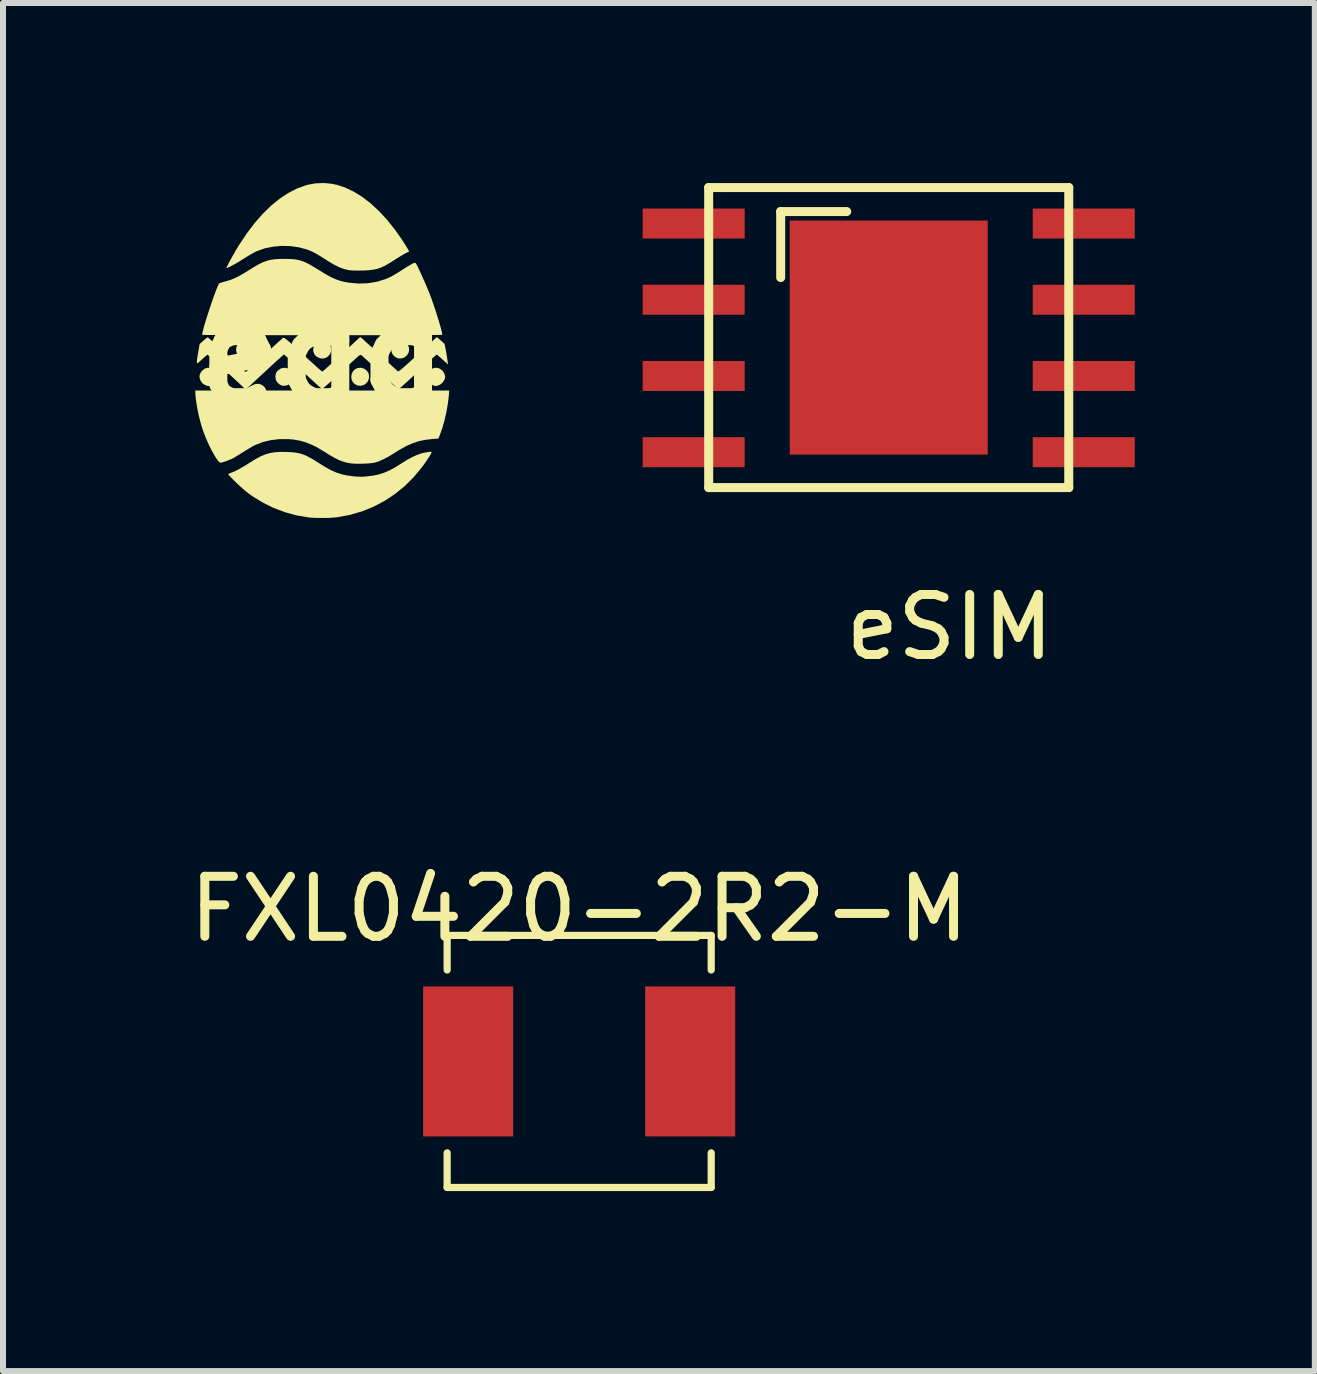
<source format=kicad_pcb>
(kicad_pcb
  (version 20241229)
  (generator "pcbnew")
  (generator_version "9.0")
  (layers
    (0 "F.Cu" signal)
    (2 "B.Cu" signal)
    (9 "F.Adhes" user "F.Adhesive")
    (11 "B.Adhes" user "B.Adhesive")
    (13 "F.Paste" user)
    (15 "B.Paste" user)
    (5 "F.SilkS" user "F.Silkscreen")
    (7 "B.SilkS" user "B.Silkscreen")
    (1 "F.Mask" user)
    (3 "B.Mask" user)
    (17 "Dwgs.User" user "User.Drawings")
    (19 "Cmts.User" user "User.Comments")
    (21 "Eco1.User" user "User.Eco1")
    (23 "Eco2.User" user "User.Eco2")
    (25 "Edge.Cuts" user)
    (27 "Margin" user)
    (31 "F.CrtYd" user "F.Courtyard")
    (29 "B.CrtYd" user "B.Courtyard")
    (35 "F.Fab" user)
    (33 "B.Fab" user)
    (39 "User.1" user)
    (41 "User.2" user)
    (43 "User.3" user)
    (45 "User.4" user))
  (footprint "eSIM"
    (layer "F.Cu")
    (at 11.759 2.575)
    (property "Reference" "eSIM" (at 1.016 4.826 0) (layer "F.SilkS") (effects (font (size 1 1) (thickness 0.15))))
    (attr through_hole)
    (fp_line (start -3 -2.5) (end -3 2.5) (stroke (width 0.15) (type solid)) (layer "F.SilkS"))
    (fp_line (start -3 -2.5) (end 3 -2.5) (stroke (width 0.15) (type solid)) (layer "F.SilkS"))
    (fp_line (start -1.8 -2.1) (end -1.8 -1) (stroke (width 0.15) (type solid)) (layer "F.SilkS"))
    (fp_line (start -1.8 -2.1) (end -0.7 -2.1) (stroke (width 0.15) (type solid)) (layer "F.SilkS"))
    (fp_line (start 3 2.5) (end -3 2.5) (stroke (width 0.15) (type solid)) (layer "F.SilkS"))
    (fp_line (start 3 2.5) (end 3 -2.5) (stroke (width 0.15) (type solid)) (layer "F.SilkS"))
    (pad "0" smd rect (at 0 0) (size 3.3 3.9) (layers "F.Cu" "F.Mask" "F.Paste"))
    (pad "1" smd rect (at -3.25 -1.9) (size 1.7 0.5) (layers "F.Cu" "F.Mask" "F.Paste"))
    (pad "2" smd rect (at -3.25 -0.63) (size 1.7 0.5) (layers "F.Cu" "F.Mask" "F.Paste"))
    (pad "3" smd rect (at -3.25 0.64) (size 1.7 0.5) (layers "F.Cu" "F.Mask" "F.Paste"))
    (pad "4" smd rect (at -3.25 1.91) (size 1.7 0.5) (layers "F.Cu" "F.Mask" "F.Paste"))
    (pad "5" smd rect (at 3.25 1.91) (size 1.7 0.5) (layers "F.Cu" "F.Mask" "F.Paste"))
    (pad "6" smd rect (at 3.25 0.64) (size 1.7 0.5) (layers "F.Cu" "F.Mask" "F.Paste"))
    (pad "7" smd rect (at 3.25 -0.63) (size 1.7 0.5) (layers "F.Cu" "F.Mask" "F.Paste"))
    (pad "8" smd rect (at 3.25 -1.9) (size 1.7 0.5) (layers "F.Cu" "F.Mask" "F.Paste")))
  (footprint "FXL0420-2R2-M"
    (layer "F.Cu")
    (at 6.601 14.637)
    (property "Reference" "FXL0420-2R2-M" (at 0 -2.54 0) (unlocked yes) (layer "F.SilkS") (effects (font (size 1 1) (thickness 0.15))))
    (attr through_hole)
    (fp_line (start -2.2 -2.1) (end -2.2 -1.524) (stroke (width 0.12) (type solid)) (layer "F.SilkS"))
    (fp_line (start -2.2 -2.1) (end 2.2 -2.1) (stroke (width 0.12) (type solid)) (layer "F.SilkS"))
    (fp_line (start -2.2 2.1) (end -2.2 1.524) (stroke (width 0.12) (type solid)) (layer "F.SilkS"))
    (fp_line (start -2.2 2.1) (end 2.2 2.1) (stroke (width 0.12) (type solid)) (layer "F.SilkS"))
    (fp_line (start 2.2 -2.1) (end 2.2 -1.524) (stroke (width 0.12) (type solid)) (layer "F.SilkS"))
    (fp_line (start 2.2 2.1) (end 2.2 1.524) (stroke (width 0.12) (type solid)) (layer "F.SilkS"))
    (pad "1" smd rect (at -1.85 0) (size 1.5 2.5) (layers "F.Cu" "F.Mask" "F.Paste"))
    (pad "2" smd rect (at 1.85 0) (size 1.5 2.5) (layers "F.Cu" "F.Mask" "F.Paste")))
  (footprint "egg"
    (layer "F.Cu")
    (at 2.33 2.879)
    (property "Reference" "egg" (at 0 0 0) (layer "F.SilkS") (effects (font (size 1.524 1.524) (thickness 0.3))))
    (attr through_hole)
    (fp_poly (pts (xy 0.044 -0.243) (xy 0.088 -0.217) (xy 0.119 -0.179) (xy 0.138 -0.13) (xy 0.138 -0.081) (xy 0.123 -0.036) (xy 0.095 0.002) (xy 0.057 0.031) (xy 0.011 0.045) (xy -0.04 0.043) (xy -0.056 0.038) (xy -0.109 0.011) (xy -0.143 -0.027) (xy -0.159 -0.077) (xy -0.161 -0.104) (xy -0.151 -0.158) (xy -0.124 -0.202) (xy -0.083 -0.234) (xy -0.031 -0.25) (xy -0.011 -0.251)) (stroke (width 0) (type solid)) (fill yes) (layer "F.SilkS"))
    (fp_poly (pts (xy 0.685 0.213) (xy 0.728 0.243) (xy 0.758 0.285) (xy 0.768 0.319) (xy 0.769 0.372) (xy 0.752 0.421) (xy 0.721 0.46) (xy 0.679 0.487) (xy 0.63 0.5) (xy 0.577 0.494) (xy 0.576 0.494) (xy 0.529 0.47) (xy 0.496 0.434) (xy 0.478 0.39) (xy 0.473 0.343) (xy 0.482 0.296) (xy 0.505 0.254) (xy 0.542 0.221) (xy 0.583 0.203) (xy 0.636 0.199)) (stroke (width 0) (type solid)) (fill yes) (layer "F.SilkS"))
    (fp_poly (pts (xy 1.349 -0.241) (xy 1.393 -0.209) (xy 1.414 -0.184) (xy 1.435 -0.136) (xy 1.437 -0.087) (xy 1.424 -0.042) (xy 1.397 -0.003) (xy 1.36 0.027) (xy 1.315 0.043) (xy 1.264 0.044) (xy 1.239 0.037) (xy 1.193 0.011) (xy 1.16 -0.027) (xy 1.143 -0.073) (xy 1.14 -0.122) (xy 1.154 -0.169) (xy 1.185 -0.211) (xy 1.196 -0.221) (xy 1.247 -0.247) (xy 1.299 -0.253)) (stroke (width 0) (type solid)) (fill yes) (layer "F.SilkS"))
    (fp_poly (pts (xy -1.259 -0.248) (xy -1.213 -0.227) (xy -1.177 -0.191) (xy -1.158 -0.154) (xy -1.15 -0.1) (xy -1.16 -0.05) (xy -1.184 -0.008) (xy -1.22 0.025) (xy -1.264 0.043) (xy -1.315 0.045) (xy -1.344 0.038) (xy -1.387 0.019) (xy -1.415 -0.005) (xy -1.434 -0.04) (xy -1.434 -0.04) (xy -1.447 -0.096) (xy -1.44 -0.149) (xy -1.415 -0.196) (xy -1.373 -0.233) (xy -1.36 -0.24) (xy -1.31 -0.253)) (stroke (width 0) (type solid)) (fill yes) (layer "F.SilkS"))
    (fp_poly (pts (xy -0.587 0.208) (xy -0.543 0.236) (xy -0.507 0.283) (xy -0.506 0.286) (xy -0.494 0.331) (xy -0.498 0.38) (xy -0.516 0.427) (xy -0.546 0.465) (xy -0.56 0.476) (xy -0.595 0.491) (xy -0.638 0.499) (xy -0.677 0.498) (xy -0.681 0.497) (xy -0.722 0.477) (xy -0.758 0.444) (xy -0.782 0.405) (xy -0.784 0.398) (xy -0.792 0.34) (xy -0.781 0.288) (xy -0.75 0.245) (xy -0.703 0.213) (xy -0.694 0.209) (xy -0.639 0.198)) (stroke (width 0) (type solid)) (fill yes) (layer "F.SilkS"))
    (fp_poly (pts (xy -1.872 0.202) (xy -1.824 0.225) (xy -1.793 0.253) (xy -1.773 0.28) (xy -1.763 0.306) (xy -1.76 0.341) (xy -1.76 0.348) (xy -1.762 0.388) (xy -1.771 0.416) (xy -1.789 0.441) (xy -1.823 0.472) (xy -1.865 0.494) (xy -1.904 0.504) (xy -1.907 0.504) (xy -1.928 0.5) (xy -1.958 0.488) (xy -1.971 0.482) (xy -2.01 0.456) (xy -2.037 0.417) (xy -2.039 0.412) (xy -2.056 0.36) (xy -2.052 0.312) (xy -2.027 0.265) (xy -2.016 0.253) (xy -1.972 0.216) (xy -1.923 0.199)) (stroke (width 0) (type solid)) (fill yes) (layer "F.SilkS"))
    (fp_poly (pts (xy 1.921 0.204) (xy 1.948 0.215) (xy 1.987 0.241) (xy 2.014 0.277) (xy 2.017 0.283) (xy 2.03 0.315) (xy 2.038 0.341) (xy 2.039 0.349) (xy 2.03 0.39) (xy 2.006 0.432) (xy 1.973 0.467) (xy 1.949 0.482) (xy 1.908 0.499) (xy 1.875 0.503) (xy 1.841 0.494) (xy 1.829 0.489) (xy 1.8 0.471) (xy 1.772 0.446) (xy 1.767 0.441) (xy 1.749 0.415) (xy 1.741 0.387) (xy 1.738 0.348) (xy 1.738 0.347) (xy 1.74 0.31) (xy 1.747 0.286) (xy 1.763 0.263) (xy 1.779 0.247) (xy 1.825 0.212) (xy 1.872 0.198)) (stroke (width 0) (type solid)) (fill yes) (layer "F.SilkS"))
    (fp_poly (pts (xy 2.099 0.663) (xy 2.083 0.796) (xy 2.059 0.935) (xy 2.027 1.074) (xy 1.99 1.205) (xy 1.949 1.32) (xy 1.926 1.379) (xy 1.816 1.387) (xy 1.702 1.401) (xy 1.595 1.424) (xy 1.491 1.459) (xy 1.385 1.506) (xy 1.274 1.568) (xy 1.207 1.61) (xy 1.103 1.675) (xy 1.01 1.724) (xy 0.927 1.76) (xy 0.875 1.777) (xy 0.827 1.786) (xy 0.764 1.793) (xy 0.692 1.797) (xy 0.616 1.799) (xy 0.544 1.798) (xy 0.479 1.794) (xy 0.43 1.787) (xy 0.429 1.787) (xy 0.367 1.772) (xy 0.31 1.754) (xy 0.253 1.73) (xy 0.192 1.699) (xy 0.122 1.659) (xy 0.04 1.607) (xy 0.039 1.607) (xy -0.076 1.537) (xy -0.182 1.483) (xy -0.282 1.443) (xy -0.383 1.414) (xy -0.487 1.396) (xy -0.575 1.388) (xy -0.722 1.388) (xy -0.865 1.405) (xy -1 1.437) (xy -1.124 1.485) (xy -1.143 1.494) (xy -1.178 1.513) (xy -1.225 1.541) (xy -1.277 1.572) (xy -1.32 1.599) (xy -1.369 1.63) (xy -1.416 1.659) (xy -1.457 1.684) (xy -1.482 1.699) (xy -1.518 1.718) (xy -1.564 1.737) (xy -1.612 1.756) (xy -1.656 1.77) (xy -1.692 1.78) (xy -1.706 1.781) (xy -1.725 1.772) (xy -1.75 1.745) (xy -1.78 1.702) (xy -1.813 1.648) (xy -1.849 1.583) (xy -1.886 1.511) (xy -1.922 1.433) (xy -1.956 1.353) (xy -1.987 1.274) (xy -2.001 1.234) (xy -2.03 1.141) (xy -2.057 1.039) (xy -2.081 0.935) (xy -2.1 0.832) (xy -2.115 0.736) (xy -2.123 0.653) (xy -2.125 0.607) (xy -2.125 0.579) (xy 2.106 0.579)) (stroke (width 0) (type solid)) (fill yes) (layer "F.SilkS"))
    (fp_poly (pts (xy 0.148 -2.867) (xy 0.231 -2.85) (xy 0.375 -2.802) (xy 0.519 -2.733) (xy 0.662 -2.644) (xy 0.803 -2.535) (xy 0.941 -2.406) (xy 1.076 -2.259) (xy 1.207 -2.094) (xy 1.306 -1.953) (xy 1.338 -1.904) (xy 1.369 -1.857) (xy 1.394 -1.816) (xy 1.41 -1.79) (xy 1.439 -1.739) (xy 1.377 -1.708) (xy 1.343 -1.689) (xy 1.297 -1.662) (xy 1.246 -1.631) (xy 1.196 -1.599) (xy 1.112 -1.546) (xy 1.039 -1.504) (xy 0.974 -1.473) (xy 0.912 -1.451) (xy 0.847 -1.436) (xy 0.776 -1.427) (xy 0.694 -1.422) (xy 0.649 -1.421) (xy 0.587 -1.42) (xy 0.528 -1.421) (xy 0.478 -1.423) (xy 0.441 -1.426) (xy 0.43 -1.428) (xy 0.369 -1.442) (xy 0.311 -1.461) (xy 0.254 -1.485) (xy 0.192 -1.516) (xy 0.121 -1.557) (xy 0.038 -1.61) (xy -0.042 -1.66) (xy -0.108 -1.699) (xy -0.166 -1.73) (xy -0.218 -1.754) (xy -0.268 -1.773) (xy -0.4 -1.808) (xy -0.54 -1.828) (xy -0.683 -1.832) (xy -0.826 -1.819) (xy -0.963 -1.792) (xy -1.09 -1.748) (xy -1.11 -1.739) (xy -1.144 -1.722) (xy -1.191 -1.696) (xy -1.244 -1.665) (xy -1.299 -1.631) (xy -1.312 -1.622) (xy -1.374 -1.584) (xy -1.433 -1.548) (xy -1.488 -1.517) (xy -1.536 -1.491) (xy -1.573 -1.473) (xy -1.598 -1.463) (xy -1.606 -1.463) (xy -1.603 -1.474) (xy -1.591 -1.501) (xy -1.572 -1.54) (xy -1.546 -1.588) (xy -1.516 -1.642) (xy -1.483 -1.7) (xy -1.45 -1.758) (xy -1.417 -1.813) (xy -1.397 -1.846) (xy -1.268 -2.039) (xy -1.136 -2.213) (xy -1 -2.367) (xy -0.862 -2.503) (xy -0.72 -2.618) (xy -0.577 -2.713) (xy -0.431 -2.788) (xy -0.284 -2.841) (xy -0.252 -2.85) (xy -0.122 -2.874) (xy 0.014 -2.879)) (stroke (width 0) (type solid)) (fill yes) (layer "F.SilkS"))
    (fp_poly (pts (xy 1.813 1.604) (xy 1.814 1.606) (xy 1.807 1.621) (xy 1.791 1.651) (xy 1.766 1.691) (xy 1.734 1.739) (xy 1.698 1.791) (xy 1.66 1.844) (xy 1.646 1.862) (xy 1.511 2.025) (xy 1.362 2.173) (xy 1.2 2.304) (xy 1.027 2.418) (xy 0.845 2.514) (xy 0.653 2.592) (xy 0.454 2.65) (xy 0.249 2.688) (xy 0.209 2.693) (xy 0.142 2.698) (xy 0.06 2.702) (xy -0.028 2.702) (xy -0.115 2.701) (xy -0.194 2.697) (xy -0.243 2.692) (xy -0.44 2.659) (xy -0.635 2.605) (xy -0.825 2.533) (xy -1.008 2.442) (xy -1.18 2.336) (xy -1.288 2.255) (xy -1.317 2.23) (xy -1.354 2.197) (xy -1.396 2.159) (xy -1.439 2.118) (xy -1.481 2.077) (xy -1.518 2.039) (xy -1.549 2.008) (xy -1.57 1.985) (xy -1.577 1.973) (xy -1.577 1.973) (xy -1.568 1.965) (xy -1.545 1.955) (xy -1.537 1.952) (xy -1.477 1.929) (xy -1.403 1.891) (xy -1.315 1.841) (xy -1.215 1.779) (xy -1.215 1.778) (xy -1.119 1.72) (xy -1.034 1.674) (xy -0.954 1.641) (xy -0.876 1.619) (xy -0.793 1.606) (xy -0.701 1.601) (xy -0.602 1.602) (xy -0.522 1.606) (xy -0.453 1.613) (xy -0.391 1.625) (xy -0.331 1.643) (xy -0.271 1.668) (xy -0.205 1.703) (xy -0.129 1.748) (xy -0.055 1.795) (xy 0.046 1.857) (xy 0.138 1.907) (xy 0.224 1.945) (xy 0.31 1.973) (xy 0.399 1.993) (xy 0.498 2.007) (xy 0.506 2.008) (xy 0.582 2.014) (xy 0.652 2.015) (xy 0.729 2.01) (xy 0.742 2.008) (xy 0.844 1.995) (xy 0.935 1.976) (xy 1.021 1.948) (xy 1.107 1.911) (xy 1.198 1.862) (xy 1.293 1.803) (xy 1.391 1.741) (xy 1.478 1.693) (xy 1.555 1.657) (xy 1.626 1.631) (xy 1.666 1.62) (xy 1.725 1.608) (xy 1.77 1.601) (xy 1.801 1.599)) (stroke (width 0) (type solid)) (fill yes) (layer "F.SilkS"))
    (fp_poly (pts (xy -0.559 -1.614) (xy -0.486 -1.609) (xy -0.422 -1.6) (xy -0.362 -1.585) (xy -0.302 -1.562) (xy -0.238 -1.531) (xy -0.165 -1.489) (xy -0.08 -1.438) (xy 0.012 -1.381) (xy 0.092 -1.335) (xy 0.161 -1.299) (xy 0.225 -1.272) (xy 0.287 -1.25) (xy 0.35 -1.234) (xy 0.418 -1.221) (xy 0.44 -1.218) (xy 0.596 -1.204) (xy 0.75 -1.209) (xy 0.899 -1.234) (xy 1.041 -1.277) (xy 1.132 -1.317) (xy 1.161 -1.333) (xy 1.203 -1.358) (xy 1.253 -1.388) (xy 1.305 -1.421) (xy 1.315 -1.427) (xy 1.365 -1.46) (xy 1.414 -1.49) (xy 1.456 -1.515) (xy 1.485 -1.531) (xy 1.49 -1.534) (xy 1.518 -1.547) (xy 1.534 -1.551) (xy 1.544 -1.546) (xy 1.551 -1.538) (xy 1.563 -1.518) (xy 1.582 -1.482) (xy 1.605 -1.432) (xy 1.633 -1.373) (xy 1.662 -1.308) (xy 1.693 -1.239) (xy 1.722 -1.171) (xy 1.749 -1.107) (xy 1.773 -1.05) (xy 1.776 -1.041) (xy 1.802 -0.973) (xy 1.829 -0.897) (xy 1.856 -0.818) (xy 1.883 -0.737) (xy 1.908 -0.657) (xy 1.932 -0.581) (xy 1.952 -0.512) (xy 1.969 -0.451) (xy 1.981 -0.402) (xy 1.988 -0.368) (xy 1.988 -0.351) (xy 1.988 -0.35) (xy 1.977 -0.349) (xy 1.945 -0.348) (xy 1.895 -0.348) (xy 1.827 -0.347) (xy 1.743 -0.346) (xy 1.644 -0.346) (xy 1.531 -0.346) (xy 1.405 -0.345) (xy 1.269 -0.345) (xy 1.122 -0.344) (xy 0.967 -0.344) (xy 0.805 -0.344) (xy 0.636 -0.344) (xy 0.463 -0.344) (xy 0.287 -0.344) (xy 0.108 -0.344) (xy -0.071 -0.344) (xy -0.25 -0.344) (xy -0.428 -0.344) (xy -0.602 -0.344) (xy -0.772 -0.344) (xy -0.936 -0.344) (xy -1.094 -0.344) (xy -1.243 -0.345) (xy -1.383 -0.345) (xy -1.512 -0.345) (xy -1.629 -0.346) (xy -1.733 -0.346) (xy -1.823 -0.347) (xy -1.896 -0.347) (xy -1.952 -0.348) (xy -1.99 -0.349) (xy -2.008 -0.349) (xy -2.009 -0.35) (xy -2.01 -0.364) (xy -2.004 -0.395) (xy -1.993 -0.441) (xy -1.977 -0.5) (xy -1.957 -0.568) (xy -1.933 -0.644) (xy -1.908 -0.723) (xy -1.881 -0.805) (xy -1.854 -0.886) (xy -1.827 -0.963) (xy -1.801 -1.034) (xy -1.778 -1.096) (xy -1.757 -1.147) (xy -1.741 -1.184) (xy -1.729 -1.205) (xy -1.728 -1.206) (xy -1.713 -1.213) (xy -1.684 -1.223) (xy -1.644 -1.234) (xy -1.623 -1.24) (xy -1.55 -1.261) (xy -1.477 -1.29) (xy -1.401 -1.327) (xy -1.317 -1.375) (xy -1.239 -1.423) (xy -1.149 -1.479) (xy -1.071 -1.524) (xy -1.002 -1.558) (xy -0.937 -1.582) (xy -0.871 -1.599) (xy -0.802 -1.609) (xy -0.723 -1.614) (xy -0.644 -1.615)) (stroke (width 0) (type solid)) (fill yes) (layer "F.SilkS"))
    (fp_poly (pts (xy 0.648 -0.293) (xy 0.662 -0.282) (xy 0.689 -0.257) (xy 0.728 -0.221) (xy 0.777 -0.177) (xy 0.834 -0.125) (xy 0.896 -0.067) (xy 0.951 -0.016) (xy 1.016 0.044) (xy 1.077 0.101) (xy 1.132 0.151) (xy 1.178 0.193) (xy 1.214 0.226) (xy 1.238 0.248) (xy 1.247 0.256) (xy 1.253 0.258) (xy 1.262 0.256) (xy 1.275 0.249) (xy 1.294 0.236) (xy 1.32 0.214) (xy 1.355 0.184) (xy 1.401 0.143) (xy 1.458 0.091) (xy 1.528 0.027) (xy 1.58 -0.021) (xy 1.648 -0.084) (xy 1.712 -0.143) (xy 1.77 -0.195) (xy 1.819 -0.239) (xy 1.857 -0.274) (xy 1.884 -0.298) (xy 1.898 -0.31) (xy 1.899 -0.311) (xy 1.909 -0.304) (xy 1.931 -0.286) (xy 1.96 -0.26) (xy 1.967 -0.254) (xy 2.028 -0.198) (xy 2.049 -0.091) (xy 2.059 -0.037) (xy 2.068 0.018) (xy 2.075 0.064) (xy 2.077 0.08) (xy 2.085 0.144) (xy 1.997 0.064) (xy 1.961 0.031) (xy 1.93 0.005) (xy 1.909 -0.013) (xy 1.901 -0.019) (xy 1.897 -0.019) (xy 1.891 -0.015) (xy 1.88 -0.007) (xy 1.864 0.007) (xy 1.841 0.027) (xy 1.81 0.055) (xy 1.77 0.092) (xy 1.719 0.138) (xy 1.657 0.196) (xy 1.581 0.266) (xy 1.492 0.35) (xy 1.472 0.368) (xy 1.41 0.426) (xy 1.361 0.47) (xy 1.325 0.503) (xy 1.298 0.526) (xy 1.278 0.541) (xy 1.265 0.548) (xy 1.256 0.549) (xy 1.248 0.546) (xy 1.242 0.54) (xy 1.229 0.529) (xy 1.202 0.504) (xy 1.163 0.468) (xy 1.115 0.424) (xy 1.058 0.371) (xy 0.996 0.314) (xy 0.935 0.258) (xy 0.869 0.197) (xy 0.808 0.14) (xy 0.754 0.09) (xy 0.707 0.048) (xy 0.671 0.015) (xy 0.647 -0.006) (xy 0.636 -0.014) (xy 0.621 -0.014) (xy 0.595 0.002) (xy 0.571 0.023) (xy 0.551 0.042) (xy 0.517 0.073) (xy 0.472 0.114) (xy 0.419 0.164) (xy 0.359 0.219) (xy 0.295 0.278) (xy 0.259 0.311) (xy 0.197 0.369) (xy 0.139 0.422) (xy 0.088 0.468) (xy 0.045 0.506) (xy 0.013 0.533) (xy -0.006 0.549) (xy -0.011 0.553) (xy -0.022 0.546) (xy -0.045 0.526) (xy -0.08 0.496) (xy -0.123 0.457) (xy -0.173 0.411) (xy -0.206 0.381) (xy -0.305 0.289) (xy -0.39 0.21) (xy -0.461 0.145) (xy -0.519 0.092) (xy -0.565 0.05) (xy -0.6 0.019) (xy -0.625 -0.003) (xy -0.641 -0.016) (xy -0.648 -0.021) (xy -0.649 -0.021) (xy -0.659 -0.014) (xy -0.684 0.008) (xy -0.724 0.044) (xy -0.779 0.093) (xy -0.848 0.157) (xy -0.93 0.233) (xy -1.027 0.322) (xy -1.136 0.424) (xy -1.184 0.469) (xy -1.227 0.509) (xy -1.258 0.535) (xy -1.278 0.55) (xy -1.291 0.556) (xy -1.299 0.553) (xy -1.304 0.547) (xy -1.314 0.536) (xy -1.338 0.513) (xy -1.373 0.479) (xy -1.417 0.438) (xy -1.469 0.39) (xy -1.525 0.338) (xy -1.585 0.283) (xy -1.646 0.227) (xy -1.705 0.173) (xy -1.762 0.122) (xy -1.813 0.076) (xy -1.856 0.037) (xy -1.891 0.007) (xy -1.913 -0.012) (xy -1.923 -0.019) (xy -1.923 -0.019) (xy -1.933 -0.011) (xy -1.956 0.008) (xy -1.988 0.036) (xy -2.017 0.062) (xy -2.05 0.093) (xy -2.075 0.114) (xy -2.091 0.123) (xy -2.099 0.119) (xy -2.101 0.1) (xy -2.097 0.064) (xy -2.089 0.011) (xy -2.078 -0.053) (xy -2.053 -0.197) (xy -1.989 -0.253) (xy -1.959 -0.28) (xy -1.934 -0.299) (xy -1.92 -0.308) (xy -1.918 -0.308) (xy -1.909 -0.301) (xy -1.885 -0.28) (xy -1.85 -0.248) (xy -1.804 -0.206) (xy -1.749 -0.156) (xy -1.686 -0.099) (xy -1.619 -0.037) (xy -1.598 -0.018) (xy -1.286 0.271) (xy -1.263 0.25) (xy -1.25 0.238) (xy -1.223 0.213) (xy -1.184 0.177) (xy -1.135 0.133) (xy -1.079 0.081) (xy -1.017 0.023) (xy -0.962 -0.028) (xy -0.897 -0.088) (xy -0.836 -0.144) (xy -0.781 -0.194) (xy -0.735 -0.237) (xy -0.698 -0.269) (xy -0.674 -0.291) (xy -0.665 -0.299) (xy -0.659 -0.301) (xy -0.65 -0.3) (xy -0.638 -0.294) (xy -0.62 -0.282) (xy -0.596 -0.263) (xy -0.563 -0.235) (xy -0.521 -0.197) (xy -0.467 -0.149) (xy -0.4 -0.087) (xy -0.333 -0.025) (xy -0.264 0.038) (xy -0.2 0.097) (xy -0.142 0.149) (xy -0.093 0.193) (xy -0.054 0.228) (xy -0.026 0.251) (xy -0.012 0.262) (xy -0.011 0.263) (xy -0.006 0.261) (xy 0.004 0.253) (xy 0.02 0.24) (xy 0.044 0.219) (xy 0.076 0.19) (xy 0.118 0.152) (xy 0.17 0.104) (xy 0.234 0.046) (xy 0.311 -0.025) (xy 0.401 -0.108) (xy 0.491 -0.192) (xy 0.622 -0.313)) (stroke (width 0) (type solid)) (fill yes) (layer "F.SilkS")))
  (gr_rect
    (start -3 -3)
    (end 18.859 19.797)
    (stroke (width 0.1) (type default))
    (fill no)
    (layer "Edge.Cuts")))
</source>
